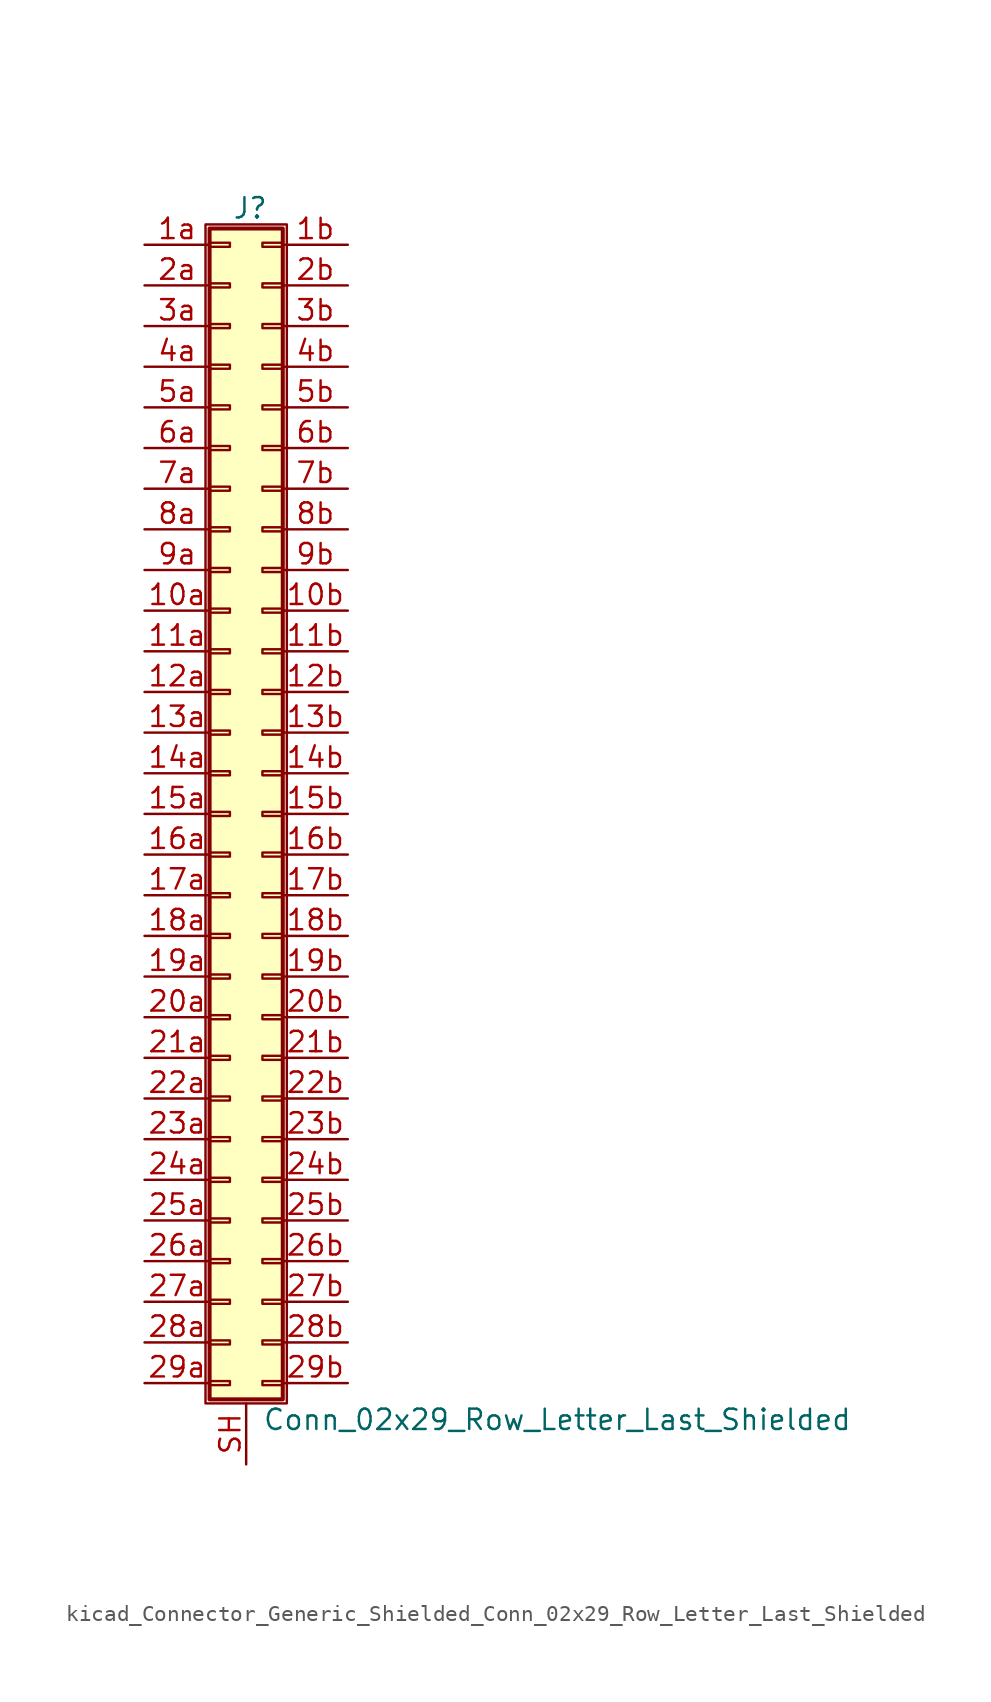
<source format=kicad_sym>
(kicad_symbol_lib
  (version 20220914)
  (generator kicad_symbol_editor)
  (symbol "kicad_Connector_Generic_Shielded_Conn_02x29_Row_Letter_Last_Shielded"
    (pin_names
      (offset 1.016) hide)
    (property "Reference" "J"
      (at 1.524 37.846 0)
      (effects (font (size 1.27 1.27))))
    (property "Value" "Conn_02x29_Row_Letter_Last_Shielded"
      (at 2.286 -37.846 0)
      (effects (font (size 1.27 1.27)) (justify left)))
    (symbol "kicad_Connector_Generic_Shielded_Conn_02x29_Row_Letter_Last_Shielded_1_1"
      (rectangle (start -1.27 36.83) (end 3.81 -36.83) (stroke (width 0.152) (type default)) (fill (type none)))
      (rectangle (start -1.016 -35.433) (end 0.254 -35.687) (stroke (width 0.152) (type default)) (fill (type none)))
      (rectangle (start -1.016 -32.893) (end 0.254 -33.147) (stroke (width 0.152) (type default)) (fill (type none)))
      (rectangle (start -1.016 -30.353) (end 0.254 -30.607) (stroke (width 0.152) (type default)) (fill (type none)))
      (rectangle (start -1.016 -27.813) (end 0.254 -28.067) (stroke (width 0.152) (type default)) (fill (type none)))
      (rectangle (start -1.016 -25.273) (end 0.254 -25.527) (stroke (width 0.152) (type default)) (fill (type none)))
      (rectangle (start -1.016 -22.733) (end 0.254 -22.987) (stroke (width 0.152) (type default)) (fill (type none)))
      (rectangle (start -1.016 -20.193) (end 0.254 -20.447) (stroke (width 0.152) (type default)) (fill (type none)))
      (rectangle (start -1.016 -17.653) (end 0.254 -17.907) (stroke (width 0.152) (type default)) (fill (type none)))
      (rectangle (start -1.016 -15.113) (end 0.254 -15.367) (stroke (width 0.152) (type default)) (fill (type none)))
      (rectangle (start -1.016 -12.573) (end 0.254 -12.827) (stroke (width 0.152) (type default)) (fill (type none)))
      (rectangle (start -1.016 -10.033) (end 0.254 -10.287) (stroke (width 0.152) (type default)) (fill (type none)))
      (rectangle (start -1.016 -7.493) (end 0.254 -7.747) (stroke (width 0.152) (type default)) (fill (type none)))
      (rectangle (start -1.016 -4.953) (end 0.254 -5.207) (stroke (width 0.152) (type default)) (fill (type none)))
      (rectangle (start -1.016 -2.413) (end 0.254 -2.667) (stroke (width 0.152) (type default)) (fill (type none)))
      (rectangle (start -1.016 0.127) (end 0.254 -0.127) (stroke (width 0.152) (type default)) (fill (type none)))
      (rectangle (start -1.016 2.667) (end 0.254 2.413) (stroke (width 0.152) (type default)) (fill (type none)))
      (rectangle (start -1.016 5.207) (end 0.254 4.953) (stroke (width 0.152) (type default)) (fill (type none)))
      (rectangle (start -1.016 7.747) (end 0.254 7.493) (stroke (width 0.152) (type default)) (fill (type none)))
      (rectangle (start -1.016 10.287) (end 0.254 10.033) (stroke (width 0.152) (type default)) (fill (type none)))
      (rectangle (start -1.016 12.827) (end 0.254 12.573) (stroke (width 0.152) (type default)) (fill (type none)))
      (rectangle (start -1.016 15.367) (end 0.254 15.113) (stroke (width 0.152) (type default)) (fill (type none)))
      (rectangle (start -1.016 17.907) (end 0.254 17.653) (stroke (width 0.152) (type default)) (fill (type none)))
      (rectangle (start -1.016 20.447) (end 0.254 20.193) (stroke (width 0.152) (type default)) (fill (type none)))
      (rectangle (start -1.016 22.987) (end 0.254 22.733) (stroke (width 0.152) (type default)) (fill (type none)))
      (rectangle (start -1.016 25.527) (end 0.254 25.273) (stroke (width 0.152) (type default)) (fill (type none)))
      (rectangle (start -1.016 28.067) (end 0.254 27.813) (stroke (width 0.152) (type default)) (fill (type none)))
      (rectangle (start -1.016 30.607) (end 0.254 30.353) (stroke (width 0.152) (type default)) (fill (type none)))
      (rectangle (start -1.016 33.147) (end 0.254 32.893) (stroke (width 0.152) (type default)) (fill (type none)))
      (rectangle (start -1.016 35.687) (end 0.254 35.433) (stroke (width 0.152) (type default)) (fill (type none)))
      (rectangle (start -1.016 36.576) (end 3.556 -36.576) (stroke (width 0.254) (type default)) (fill (type background)))
      (rectangle (start 3.556 -35.433) (end 2.286 -35.687) (stroke (width 0.152) (type default)) (fill (type none)))
      (rectangle (start 3.556 -32.893) (end 2.286 -33.147) (stroke (width 0.152) (type default)) (fill (type none)))
      (rectangle (start 3.556 -30.353) (end 2.286 -30.607) (stroke (width 0.152) (type default)) (fill (type none)))
      (rectangle (start 3.556 -27.813) (end 2.286 -28.067) (stroke (width 0.152) (type default)) (fill (type none)))
      (rectangle (start 3.556 -25.273) (end 2.286 -25.527) (stroke (width 0.152) (type default)) (fill (type none)))
      (rectangle (start 3.556 -22.733) (end 2.286 -22.987) (stroke (width 0.152) (type default)) (fill (type none)))
      (rectangle (start 3.556 -20.193) (end 2.286 -20.447) (stroke (width 0.152) (type default)) (fill (type none)))
      (rectangle (start 3.556 -17.653) (end 2.286 -17.907) (stroke (width 0.152) (type default)) (fill (type none)))
      (rectangle (start 3.556 -15.113) (end 2.286 -15.367) (stroke (width 0.152) (type default)) (fill (type none)))
      (rectangle (start 3.556 -12.573) (end 2.286 -12.827) (stroke (width 0.152) (type default)) (fill (type none)))
      (rectangle (start 3.556 -10.033) (end 2.286 -10.287) (stroke (width 0.152) (type default)) (fill (type none)))
      (rectangle (start 3.556 -7.493) (end 2.286 -7.747) (stroke (width 0.152) (type default)) (fill (type none)))
      (rectangle (start 3.556 -4.953) (end 2.286 -5.207) (stroke (width 0.152) (type default)) (fill (type none)))
      (rectangle (start 3.556 -2.413) (end 2.286 -2.667) (stroke (width 0.152) (type default)) (fill (type none)))
      (rectangle (start 3.556 0.127) (end 2.286 -0.127) (stroke (width 0.152) (type default)) (fill (type none)))
      (rectangle (start 3.556 2.667) (end 2.286 2.413) (stroke (width 0.152) (type default)) (fill (type none)))
      (rectangle (start 3.556 5.207) (end 2.286 4.953) (stroke (width 0.152) (type default)) (fill (type none)))
      (rectangle (start 3.556 7.747) (end 2.286 7.493) (stroke (width 0.152) (type default)) (fill (type none)))
      (rectangle (start 3.556 10.287) (end 2.286 10.033) (stroke (width 0.152) (type default)) (fill (type none)))
      (rectangle (start 3.556 12.827) (end 2.286 12.573) (stroke (width 0.152) (type default)) (fill (type none)))
      (rectangle (start 3.556 15.367) (end 2.286 15.113) (stroke (width 0.152) (type default)) (fill (type none)))
      (rectangle (start 3.556 17.907) (end 2.286 17.653) (stroke (width 0.152) (type default)) (fill (type none)))
      (rectangle (start 3.556 20.447) (end 2.286 20.193) (stroke (width 0.152) (type default)) (fill (type none)))
      (rectangle (start 3.556 22.987) (end 2.286 22.733) (stroke (width 0.152) (type default)) (fill (type none)))
      (rectangle (start 3.556 25.527) (end 2.286 25.273) (stroke (width 0.152) (type default)) (fill (type none)))
      (rectangle (start 3.556 28.067) (end 2.286 27.813) (stroke (width 0.152) (type default)) (fill (type none)))
      (rectangle (start 3.556 30.607) (end 2.286 30.353) (stroke (width 0.152) (type default)) (fill (type none)))
      (rectangle (start 3.556 33.147) (end 2.286 32.893) (stroke (width 0.152) (type default)) (fill (type none)))
      (rectangle (start 3.556 35.687) (end 2.286 35.433) (stroke (width 0.152) (type default)) (fill (type none)))
      (pin passive line (at -5.08 12.7 0) (length 4.064) (name "Pin_10a" (effects (font (size 1.27 1.27)))) (number "10a" (effects (font (size 1.27 1.27)))))
      (pin passive line (at 7.62 12.7 180) (length 4.064) (name "Pin_10b" (effects (font (size 1.27 1.27)))) (number "10b" (effects (font (size 1.27 1.27)))))
      (pin passive line (at -5.08 10.16 0) (length 4.064) (name "Pin_11a" (effects (font (size 1.27 1.27)))) (number "11a" (effects (font (size 1.27 1.27)))))
      (pin passive line (at 7.62 10.16 180) (length 4.064) (name "Pin_11b" (effects (font (size 1.27 1.27)))) (number "11b" (effects (font (size 1.27 1.27)))))
      (pin passive line (at -5.08 7.62 0) (length 4.064) (name "Pin_12a" (effects (font (size 1.27 1.27)))) (number "12a" (effects (font (size 1.27 1.27)))))
      (pin passive line (at 7.62 7.62 180) (length 4.064) (name "Pin_12b" (effects (font (size 1.27 1.27)))) (number "12b" (effects (font (size 1.27 1.27)))))
      (pin passive line (at -5.08 5.08 0) (length 4.064) (name "Pin_13a" (effects (font (size 1.27 1.27)))) (number "13a" (effects (font (size 1.27 1.27)))))
      (pin passive line (at 7.62 5.08 180) (length 4.064) (name "Pin_13b" (effects (font (size 1.27 1.27)))) (number "13b" (effects (font (size 1.27 1.27)))))
      (pin passive line (at -5.08 2.54 0) (length 4.064) (name "Pin_14a" (effects (font (size 1.27 1.27)))) (number "14a" (effects (font (size 1.27 1.27)))))
      (pin passive line (at 7.62 2.54 180) (length 4.064) (name "Pin_14b" (effects (font (size 1.27 1.27)))) (number "14b" (effects (font (size 1.27 1.27)))))
      (pin passive line (at -5.08 0 0) (length 4.064) (name "Pin_15a" (effects (font (size 1.27 1.27)))) (number "15a" (effects (font (size 1.27 1.27)))))
      (pin passive line (at 7.62 0 180) (length 4.064) (name "Pin_15b" (effects (font (size 1.27 1.27)))) (number "15b" (effects (font (size 1.27 1.27)))))
      (pin passive line (at -5.08 -2.54 0) (length 4.064) (name "Pin_16a" (effects (font (size 1.27 1.27)))) (number "16a" (effects (font (size 1.27 1.27)))))
      (pin passive line (at 7.62 -2.54 180) (length 4.064) (name "Pin_16b" (effects (font (size 1.27 1.27)))) (number "16b" (effects (font (size 1.27 1.27)))))
      (pin passive line (at -5.08 -5.08 0) (length 4.064) (name "Pin_17a" (effects (font (size 1.27 1.27)))) (number "17a" (effects (font (size 1.27 1.27)))))
      (pin passive line (at 7.62 -5.08 180) (length 4.064) (name "Pin_17b" (effects (font (size 1.27 1.27)))) (number "17b" (effects (font (size 1.27 1.27)))))
      (pin passive line (at -5.08 -7.62 0) (length 4.064) (name "Pin_18a" (effects (font (size 1.27 1.27)))) (number "18a" (effects (font (size 1.27 1.27)))))
      (pin passive line (at 7.62 -7.62 180) (length 4.064) (name "Pin_18b" (effects (font (size 1.27 1.27)))) (number "18b" (effects (font (size 1.27 1.27)))))
      (pin passive line (at -5.08 -10.16 0) (length 4.064) (name "Pin_19a" (effects (font (size 1.27 1.27)))) (number "19a" (effects (font (size 1.27 1.27)))))
      (pin passive line (at 7.62 -10.16 180) (length 4.064) (name "Pin_19b" (effects (font (size 1.27 1.27)))) (number "19b" (effects (font (size 1.27 1.27)))))
      (pin passive line (at -5.08 35.56 0) (length 4.064) (name "Pin_1a" (effects (font (size 1.27 1.27)))) (number "1a" (effects (font (size 1.27 1.27)))))
      (pin passive line (at 7.62 35.56 180) (length 4.064) (name "Pin_1b" (effects (font (size 1.27 1.27)))) (number "1b" (effects (font (size 1.27 1.27)))))
      (pin passive line (at -5.08 -12.7 0) (length 4.064) (name "Pin_20a" (effects (font (size 1.27 1.27)))) (number "20a" (effects (font (size 1.27 1.27)))))
      (pin passive line (at 7.62 -12.7 180) (length 4.064) (name "Pin_20b" (effects (font (size 1.27 1.27)))) (number "20b" (effects (font (size 1.27 1.27)))))
      (pin passive line (at -5.08 -15.24 0) (length 4.064) (name "Pin_21a" (effects (font (size 1.27 1.27)))) (number "21a" (effects (font (size 1.27 1.27)))))
      (pin passive line (at 7.62 -15.24 180) (length 4.064) (name "Pin_21b" (effects (font (size 1.27 1.27)))) (number "21b" (effects (font (size 1.27 1.27)))))
      (pin passive line (at -5.08 -17.78 0) (length 4.064) (name "Pin_22a" (effects (font (size 1.27 1.27)))) (number "22a" (effects (font (size 1.27 1.27)))))
      (pin passive line (at 7.62 -17.78 180) (length 4.064) (name "Pin_22b" (effects (font (size 1.27 1.27)))) (number "22b" (effects (font (size 1.27 1.27)))))
      (pin passive line (at -5.08 -20.32 0) (length 4.064) (name "Pin_23a" (effects (font (size 1.27 1.27)))) (number "23a" (effects (font (size 1.27 1.27)))))
      (pin passive line (at 7.62 -20.32 180) (length 4.064) (name "Pin_23b" (effects (font (size 1.27 1.27)))) (number "23b" (effects (font (size 1.27 1.27)))))
      (pin passive line (at -5.08 -22.86 0) (length 4.064) (name "Pin_24a" (effects (font (size 1.27 1.27)))) (number "24a" (effects (font (size 1.27 1.27)))))
      (pin passive line (at 7.62 -22.86 180) (length 4.064) (name "Pin_24b" (effects (font (size 1.27 1.27)))) (number "24b" (effects (font (size 1.27 1.27)))))
      (pin passive line (at -5.08 -25.4 0) (length 4.064) (name "Pin_25a" (effects (font (size 1.27 1.27)))) (number "25a" (effects (font (size 1.27 1.27)))))
      (pin passive line (at 7.62 -25.4 180) (length 4.064) (name "Pin_25b" (effects (font (size 1.27 1.27)))) (number "25b" (effects (font (size 1.27 1.27)))))
      (pin passive line (at -5.08 -27.94 0) (length 4.064) (name "Pin_26a" (effects (font (size 1.27 1.27)))) (number "26a" (effects (font (size 1.27 1.27)))))
      (pin passive line (at 7.62 -27.94 180) (length 4.064) (name "Pin_26b" (effects (font (size 1.27 1.27)))) (number "26b" (effects (font (size 1.27 1.27)))))
      (pin passive line (at -5.08 -30.48 0) (length 4.064) (name "Pin_27a" (effects (font (size 1.27 1.27)))) (number "27a" (effects (font (size 1.27 1.27)))))
      (pin passive line (at 7.62 -30.48 180) (length 4.064) (name "Pin_27b" (effects (font (size 1.27 1.27)))) (number "27b" (effects (font (size 1.27 1.27)))))
      (pin passive line (at -5.08 -33.02 0) (length 4.064) (name "Pin_28a" (effects (font (size 1.27 1.27)))) (number "28a" (effects (font (size 1.27 1.27)))))
      (pin passive line (at 7.62 -33.02 180) (length 4.064) (name "Pin_28b" (effects (font (size 1.27 1.27)))) (number "28b" (effects (font (size 1.27 1.27)))))
      (pin passive line (at -5.08 -35.56 0) (length 4.064) (name "Pin_29a" (effects (font (size 1.27 1.27)))) (number "29a" (effects (font (size 1.27 1.27)))))
      (pin passive line (at 7.62 -35.56 180) (length 4.064) (name "Pin_29b" (effects (font (size 1.27 1.27)))) (number "29b" (effects (font (size 1.27 1.27)))))
      (pin passive line (at -5.08 33.02 0) (length 4.064) (name "Pin_2a" (effects (font (size 1.27 1.27)))) (number "2a" (effects (font (size 1.27 1.27)))))
      (pin passive line (at 7.62 33.02 180) (length 4.064) (name "Pin_2b" (effects (font (size 1.27 1.27)))) (number "2b" (effects (font (size 1.27 1.27)))))
      (pin passive line (at -5.08 30.48 0) (length 4.064) (name "Pin_3a" (effects (font (size 1.27 1.27)))) (number "3a" (effects (font (size 1.27 1.27)))))
      (pin passive line (at 7.62 30.48 180) (length 4.064) (name "Pin_3b" (effects (font (size 1.27 1.27)))) (number "3b" (effects (font (size 1.27 1.27)))))
      (pin passive line (at -5.08 27.94 0) (length 4.064) (name "Pin_4a" (effects (font (size 1.27 1.27)))) (number "4a" (effects (font (size 1.27 1.27)))))
      (pin passive line (at 7.62 27.94 180) (length 4.064) (name "Pin_4b" (effects (font (size 1.27 1.27)))) (number "4b" (effects (font (size 1.27 1.27)))))
      (pin passive line (at -5.08 25.4 0) (length 4.064) (name "Pin_5a" (effects (font (size 1.27 1.27)))) (number "5a" (effects (font (size 1.27 1.27)))))
      (pin passive line (at 7.62 25.4 180) (length 4.064) (name "Pin_5b" (effects (font (size 1.27 1.27)))) (number "5b" (effects (font (size 1.27 1.27)))))
      (pin passive line (at -5.08 22.86 0) (length 4.064) (name "Pin_6a" (effects (font (size 1.27 1.27)))) (number "6a" (effects (font (size 1.27 1.27)))))
      (pin passive line (at 7.62 22.86 180) (length 4.064) (name "Pin_6b" (effects (font (size 1.27 1.27)))) (number "6b" (effects (font (size 1.27 1.27)))))
      (pin passive line (at -5.08 20.32 0) (length 4.064) (name "Pin_7a" (effects (font (size 1.27 1.27)))) (number "7a" (effects (font (size 1.27 1.27)))))
      (pin passive line (at 7.62 20.32 180) (length 4.064) (name "Pin_7b" (effects (font (size 1.27 1.27)))) (number "7b" (effects (font (size 1.27 1.27)))))
      (pin passive line (at -5.08 17.78 0) (length 4.064) (name "Pin_8a" (effects (font (size 1.27 1.27)))) (number "8a" (effects (font (size 1.27 1.27)))))
      (pin passive line (at 7.62 17.78 180) (length 4.064) (name "Pin_8b" (effects (font (size 1.27 1.27)))) (number "8b" (effects (font (size 1.27 1.27)))))
      (pin passive line (at -5.08 15.24 0) (length 4.064) (name "Pin_9a" (effects (font (size 1.27 1.27)))) (number "9a" (effects (font (size 1.27 1.27)))))
      (pin passive line (at 7.62 15.24 180) (length 4.064) (name "Pin_9b" (effects (font (size 1.27 1.27)))) (number "9b" (effects (font (size 1.27 1.27)))))
      (pin passive line (at 1.27 -40.64 90) (length 3.81) (name "Shield" (effects (font (size 1.27 1.27)))) (number "SH" (effects (font (size 1.27 1.27))))))))
</source>
